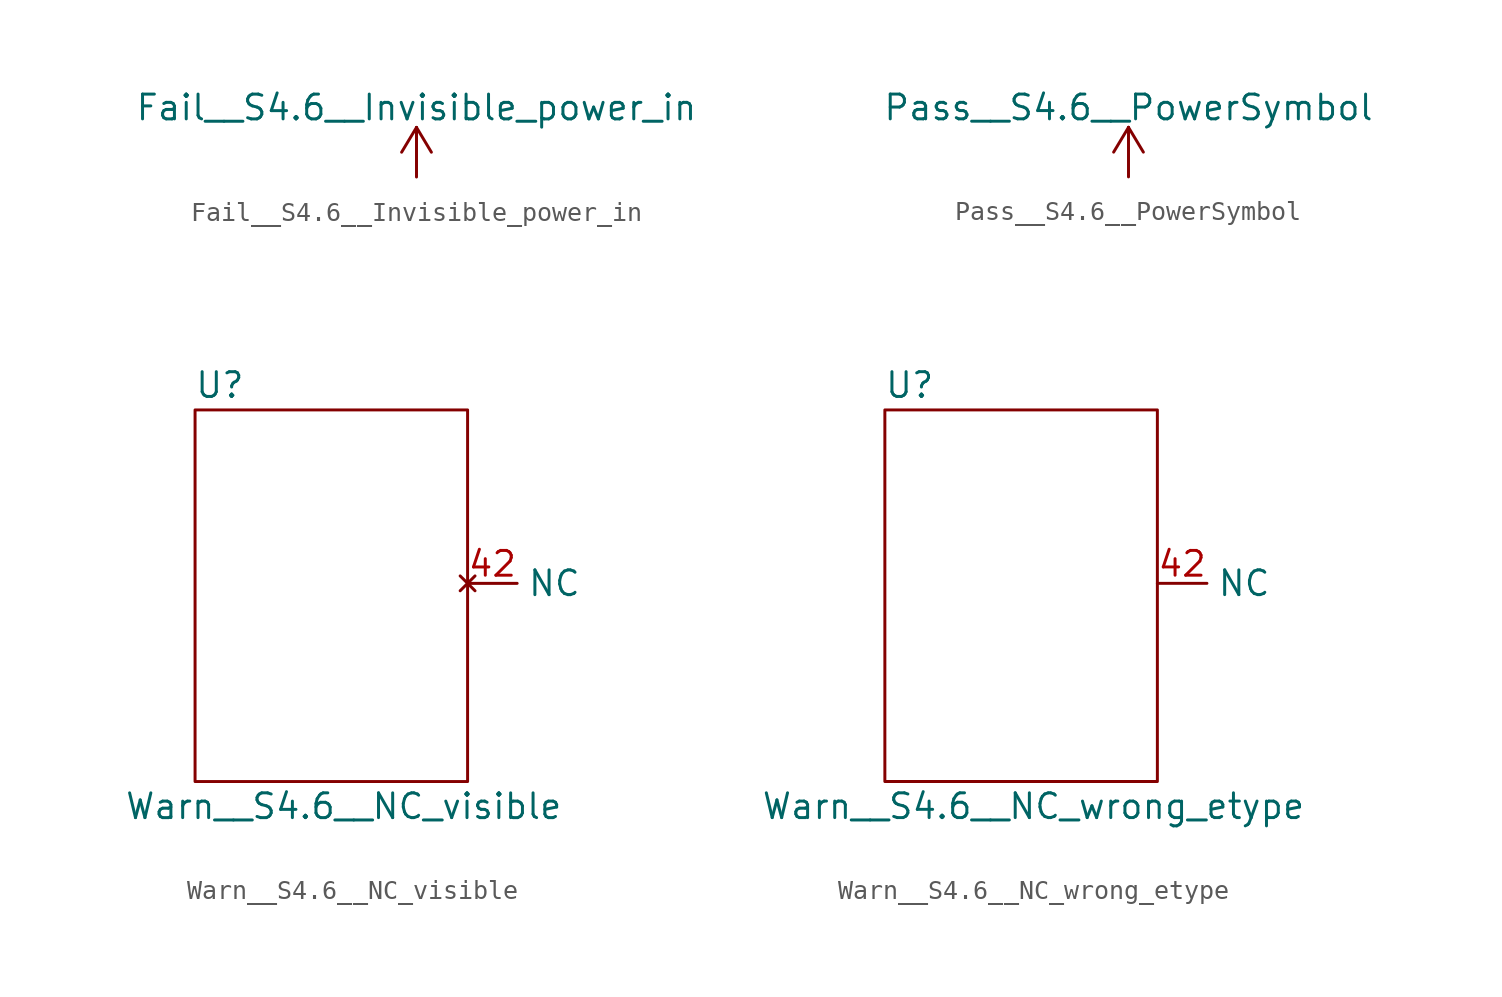
<source format=kicad_sym>
(kicad_symbol_lib
  (version 20220914)
  (generator kicad_symbol_editor)
  (symbol "Fail__S4.6__Invisible_power_in"
    (pin_names
      (offset 0))
    (property "Reference" "#PWR"
      (at 0 -3.81 0)
      (effects (font (size 1.27 1.27)) hide))
    (property "Value" "Fail__S4.6__Invisible_power_in"
      (at 0 3.556 0)
      (effects (font (size 1.27 1.27))))
    (symbol "Fail__S4.6__Invisible_power_in_0_1"
      (polyline (pts (xy -0.762 1.27) (xy 0 2.54)) (stroke (width 0) (type default)) (fill (type none)))
      (polyline (pts (xy 0 0) (xy 0 2.54)) (stroke (width 0) (type default)) (fill (type none)))
      (polyline (pts (xy 0 2.54) (xy 0.762 1.27)) (stroke (width 0) (type default)) (fill (type none))))
    (symbol "Fail__S4.6__Invisible_power_in_1_1"
      (pin power_in line (at 0 0 90) (length 0) hide (name "+3.3V" (effects (font (size 1.27 1.27)))) (number "1" (effects (font (size 1.27 1.27)))))))
  (symbol "Pass__S4.6__PowerSymbol"
    (power)
    (pin_names
      (offset 0))
    (property "Reference" "#PWR"
      (at 0 -3.81 0)
      (effects (font (size 1.27 1.27)) hide))
    (property "Value" "Pass__S4.6__PowerSymbol"
      (at 0 3.556 0)
      (effects (font (size 1.27 1.27))))
    (symbol "Pass__S4.6__PowerSymbol_0_1"
      (polyline (pts (xy -0.762 1.27) (xy 0 2.54)) (stroke (width 0) (type default)) (fill (type none)))
      (polyline (pts (xy 0 0) (xy 0 2.54)) (stroke (width 0) (type default)) (fill (type none)))
      (polyline (pts (xy 0 2.54) (xy 0.762 1.27)) (stroke (width 0) (type default)) (fill (type none))))
    (symbol "Pass__S4.6__PowerSymbol_1_1"
      (pin power_in line (at 0 0 90) (length 0) hide (name "+3.3V" (effects (font (size 1.27 1.27)))) (number "1" (effects (font (size 1.27 1.27)))))))
  (symbol "Warn__S4.6__NC_visible"
    (property "Reference" "U"
      (at -6.35 11.43 0)
      (effects (font (size 1.27 1.27))))
    (property "Value" "Warn__S4.6__NC_visible"
      (at 0 -10.16 0)
      (effects (font (size 1.27 1.27))))
    (symbol "Warn__S4.6__NC_visible_0_1"
      (rectangle (start -7.62 10.16) (end 6.35 -8.89) (stroke (width 0.152) (type default)) (fill (type none))))
    (symbol "Warn__S4.6__NC_visible_1_1"
      (pin no_connect line (at 6.35 1.27 0) (length 2.54) (name "NC" (effects (font (size 1.27 1.27)))) (number "42" (effects (font (size 1.27 1.27)))))))
  (symbol "Warn__S4.6__NC_wrong_etype"
    (property "Reference" "U"
      (at -6.35 11.43 0)
      (effects (font (size 1.27 1.27))))
    (property "Value" "Warn__S4.6__NC_wrong_etype"
      (at 0 -10.16 0)
      (effects (font (size 1.27 1.27))))
    (symbol "Warn__S4.6__NC_wrong_etype_0_1"
      (rectangle (start -7.62 10.16) (end 6.35 -8.89) (stroke (width 0.152) (type default)) (fill (type none))))
    (symbol "Warn__S4.6__NC_wrong_etype_1_1"
      (pin input line (at 6.35 1.27 0) (length 2.54) (name "NC" (effects (font (size 1.27 1.27)))) (number "42" (effects (font (size 1.27 1.27))))))))
</source>
